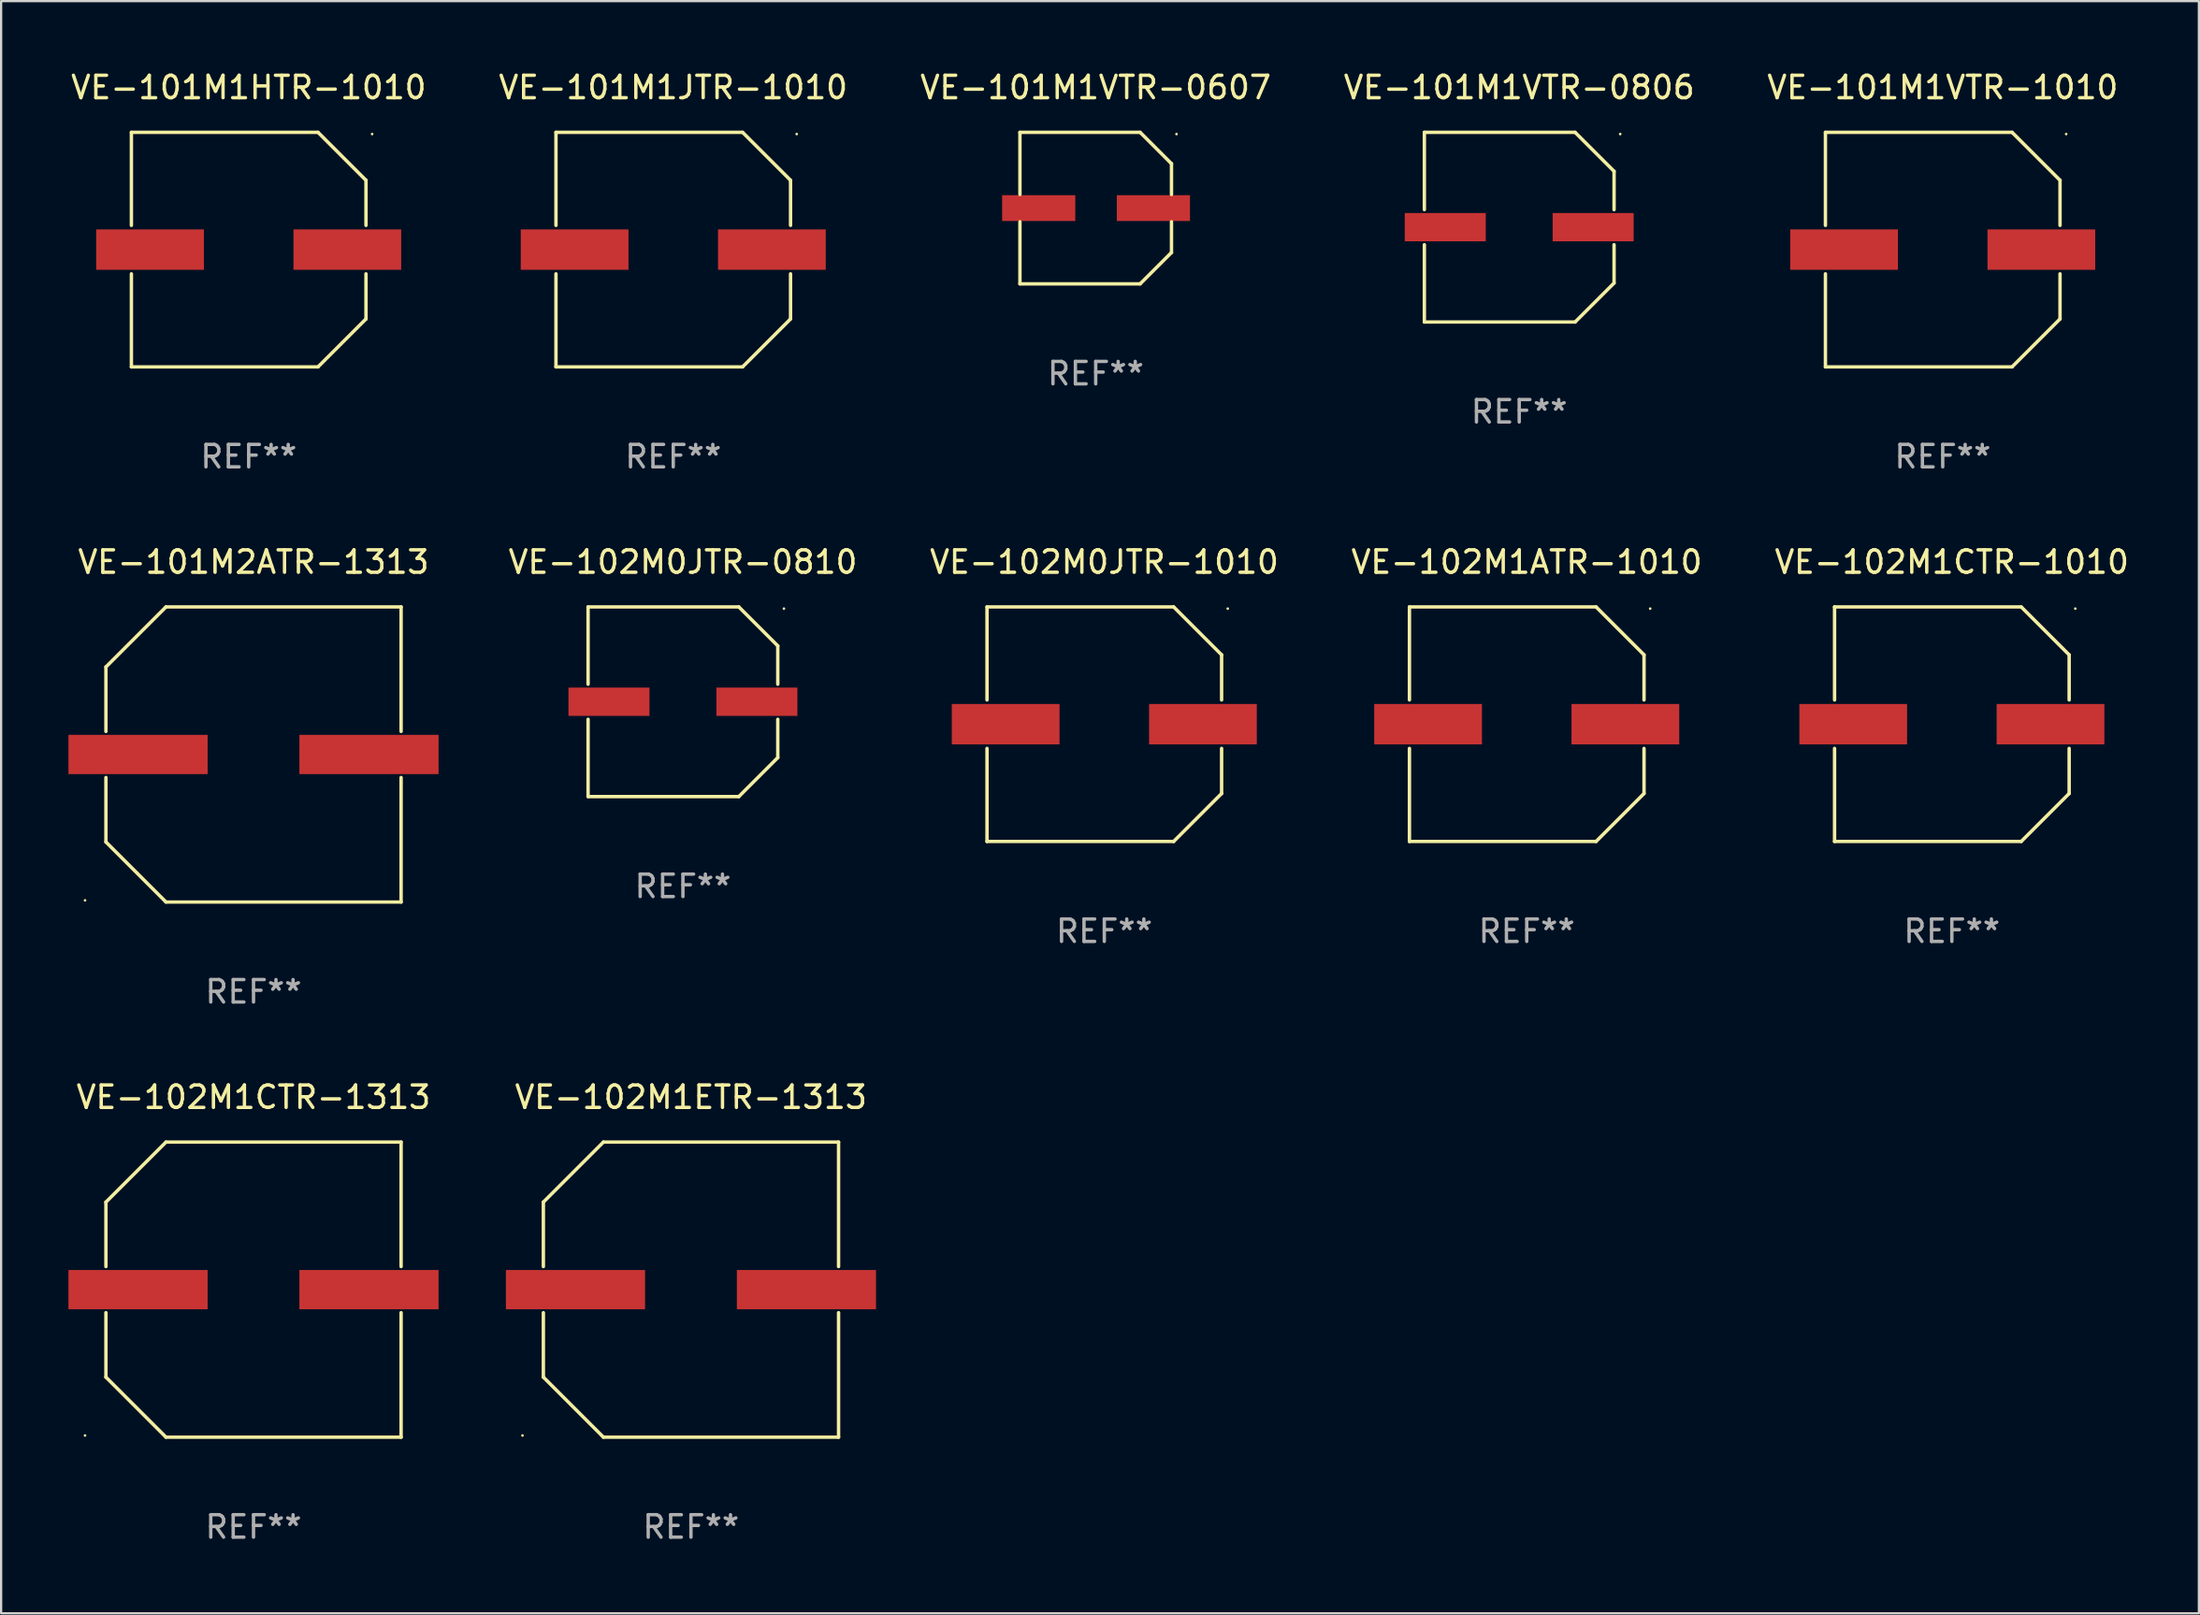
<source format=kicad_pcb>
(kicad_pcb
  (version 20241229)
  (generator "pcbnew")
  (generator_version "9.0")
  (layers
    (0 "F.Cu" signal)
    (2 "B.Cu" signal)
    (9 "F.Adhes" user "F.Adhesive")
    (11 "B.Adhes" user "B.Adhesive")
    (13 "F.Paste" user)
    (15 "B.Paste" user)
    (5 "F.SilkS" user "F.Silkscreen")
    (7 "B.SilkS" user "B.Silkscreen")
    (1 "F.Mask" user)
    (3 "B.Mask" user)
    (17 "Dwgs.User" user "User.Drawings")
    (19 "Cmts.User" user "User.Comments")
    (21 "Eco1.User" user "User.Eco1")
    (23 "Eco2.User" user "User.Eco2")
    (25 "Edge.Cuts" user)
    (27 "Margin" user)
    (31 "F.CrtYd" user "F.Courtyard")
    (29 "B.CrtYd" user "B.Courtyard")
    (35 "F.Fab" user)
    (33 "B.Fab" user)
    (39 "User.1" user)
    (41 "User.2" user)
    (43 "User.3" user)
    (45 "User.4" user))
  (footprint "VE-102M1CTR-1313"
    (layer "F.Cu")
    (at 8.245 54.422)
    (property "Reference" "VE-102M1CTR-1313" (at 0 -8.576 0) (layer "F.SilkS") (effects (font (size 1 1) (thickness 0.15))))
    (attr through_hole)
    (fp_line (start -6.576 -3.9) (end -6.576 -1.027) (stroke (width 0.152) (type solid)) (layer "F.SilkS"))
    (fp_line (start -6.576 3.9) (end -6.576 1.027) (stroke (width 0.152) (type solid)) (layer "F.SilkS"))
    (fp_line (start -3.9 -6.576) (end -6.576 -3.9) (stroke (width 0.152) (type solid)) (layer "F.SilkS"))
    (fp_line (start -3.9 6.576) (end -6.576 3.9) (stroke (width 0.152) (type solid)) (layer "F.SilkS"))
    (fp_line (start 6.576 -6.576) (end -3.9 -6.576) (stroke (width 0.152) (type solid)) (layer "F.SilkS"))
    (fp_line (start 6.576 -1.027) (end 6.576 -6.576) (stroke (width 0.152) (type solid)) (layer "F.SilkS"))
    (fp_line (start 6.576 1.027) (end 6.576 6.576) (stroke (width 0.152) (type solid)) (layer "F.SilkS"))
    (fp_line (start 6.576 6.576) (end -3.9 6.576) (stroke (width 0.152) (type solid)) (layer "F.SilkS"))
    (fp_circle (center -7.506 6.5) (end -7.476 6.5) (stroke (width 0.06) (type solid)) (fill no) (layer "F.SilkS"))
    (fp_text user "REF**" (at 0 10.576 0) (layer "F.Fab") (effects (font (size 1 1) (thickness 0.15))))
    (pad "1" smd rect (at -5.145 0) (size 6.2 1.75) (layers "F.Cu" "F.Mask" "F.Paste"))
    (pad "2" smd rect (at 5.145 0) (size 6.2 1.75) (layers "F.Cu" "F.Mask" "F.Paste")))
  (footprint "VE-102M0JTR-0810"
    (layer "F.Cu")
    (at 27.377 28.223)
    (property "Reference" "VE-102M0JTR-0810" (at 0 -6.226 0) (layer "F.SilkS") (effects (font (size 1 1) (thickness 0.15))))
    (attr through_hole)
    (fp_line (start -4.226 -4.226) (end 2.49 -4.226) (stroke (width 0.152) (type solid)) (layer "F.SilkS"))
    (fp_line (start -4.226 -0.782) (end -4.226 -4.226) (stroke (width 0.152) (type solid)) (layer "F.SilkS"))
    (fp_line (start -4.226 0.782) (end -4.226 4.226) (stroke (width 0.152) (type solid)) (layer "F.SilkS"))
    (fp_line (start -4.226 4.226) (end 2.49 4.226) (stroke (width 0.152) (type solid)) (layer "F.SilkS"))
    (fp_line (start 2.49 -4.226) (end 4.226 -2.49) (stroke (width 0.152) (type solid)) (layer "F.SilkS"))
    (fp_line (start 2.49 4.226) (end 4.226 2.49) (stroke (width 0.152) (type solid)) (layer "F.SilkS"))
    (fp_line (start 4.226 -2.49) (end 4.226 -0.782) (stroke (width 0.152) (type solid)) (layer "F.SilkS"))
    (fp_line (start 4.226 2.49) (end 4.226 0.782) (stroke (width 0.152) (type solid)) (layer "F.SilkS"))
    (fp_circle (center 4.5 -4.15) (end 4.53 -4.15) (stroke (width 0.06) (type solid)) (fill no) (layer "F.SilkS"))
    (fp_text user "REF**" (at 0 8.226 0) (layer "F.Fab") (effects (font (size 1 1) (thickness 0.15))))
    (pad "1" smd rect (at 3.295 0 180) (size 3.61 1.26) (layers "F.Cu" "F.Mask" "F.Paste"))
    (pad "2" smd rect (at -3.295 0 180) (size 3.61 1.26) (layers "F.Cu" "F.Mask" "F.Paste")))
  (footprint "VE-101M1VTR-0607"
    (layer "F.Cu")
    (at 45.768 6.224)
    (property "Reference" "VE-101M1VTR-0607" (at 0 -5.376 0) (layer "F.SilkS") (effects (font (size 1 1) (thickness 0.15))))
    (attr through_hole)
    (fp_line (start -3.376 -3.376) (end 1.98 -3.376) (stroke (width 0.152) (type solid)) (layer "F.SilkS"))
    (fp_line (start -3.376 -0.607) (end -3.376 -3.376) (stroke (width 0.152) (type solid)) (layer "F.SilkS"))
    (fp_line (start -3.376 0.607) (end -3.376 3.376) (stroke (width 0.152) (type solid)) (layer "F.SilkS"))
    (fp_line (start -3.376 3.376) (end 1.98 3.376) (stroke (width 0.152) (type solid)) (layer "F.SilkS"))
    (fp_line (start 1.98 -3.376) (end 3.376 -1.98) (stroke (width 0.152) (type solid)) (layer "F.SilkS"))
    (fp_line (start 1.98 3.376) (end 3.376 1.98) (stroke (width 0.152) (type solid)) (layer "F.SilkS"))
    (fp_line (start 3.376 -1.98) (end 3.376 -0.607) (stroke (width 0.152) (type solid)) (layer "F.SilkS"))
    (fp_line (start 3.376 1.98) (end 3.376 0.607) (stroke (width 0.152) (type solid)) (layer "F.SilkS"))
    (fp_circle (center 3.6 -3.3) (end 3.63 -3.3) (stroke (width 0.06) (type solid)) (fill no) (layer "F.SilkS"))
    (fp_text user "REF**" (at 0 7.376 0) (layer "F.Fab") (effects (font (size 1 1) (thickness 0.15))))
    (pad "1" smd rect (at 2.57 0 180) (size 3.26 1.15) (layers "F.Cu" "F.Mask" "F.Paste"))
    (pad "2" smd rect (at -2.54 0 180) (size 3.26 1.15) (layers "F.Cu" "F.Mask" "F.Paste")))
  (footprint "VE-102M1ATR-1010"
    (layer "F.Cu")
    (at 64.972 29.223)
    (property "Reference" "VE-102M1ATR-1010" (at 0 -7.226 0) (layer "F.SilkS") (effects (font (size 1 1) (thickness 0.15))))
    (attr through_hole)
    (fp_line (start -5.226 -5.226) (end -5.226 -1.08) (stroke (width 0.152) (type solid)) (layer "F.SilkS"))
    (fp_line (start -5.226 -5.226) (end 3.09 -5.226) (stroke (width 0.152) (type solid)) (layer "F.SilkS"))
    (fp_line (start -5.226 1.08) (end -5.226 5.226) (stroke (width 0.152) (type solid)) (layer "F.SilkS"))
    (fp_line (start -5.226 5.226) (end 3.09 5.226) (stroke (width 0.152) (type solid)) (layer "F.SilkS"))
    (fp_line (start 3.09 -5.226) (end 5.226 -3.09) (stroke (width 0.152) (type solid)) (layer "F.SilkS"))
    (fp_line (start 3.09 5.226) (end 5.226 3.09) (stroke (width 0.152) (type solid)) (layer "F.SilkS"))
    (fp_line (start 5.226 -1.08) (end 5.226 -3.09) (stroke (width 0.152) (type solid)) (layer "F.SilkS"))
    (fp_line (start 5.226 3.09) (end 5.226 1.08) (stroke (width 0.152) (type solid)) (layer "F.SilkS"))
    (fp_circle (center 5.5 -5.15) (end 5.53 -5.15) (stroke (width 0.06) (type solid)) (fill no) (layer "F.SilkS"))
    (fp_text user "REF**" (at 0 9.226 0) (layer "F.Fab") (effects (font (size 1 1) (thickness 0.15))))
    (pad "1" smd rect (at 4.395 0 180) (size 4.8 1.8) (layers "F.Cu" "F.Mask" "F.Paste"))
    (pad "2" smd rect (at -4.395 0 180) (size 4.8 1.8) (layers "F.Cu" "F.Mask" "F.Paste")))
  (footprint "VE-101M1HTR-1010"
    (layer "F.Cu")
    (at 8.03 8.074)
    (property "Reference" "VE-101M1HTR-1010" (at 0 -7.226 0) (layer "F.SilkS") (effects (font (size 1 1) (thickness 0.15))))
    (attr through_hole)
    (fp_line (start -5.226 -5.226) (end -5.226 -1.08) (stroke (width 0.152) (type solid)) (layer "F.SilkS"))
    (fp_line (start -5.226 -5.226) (end 3.09 -5.226) (stroke (width 0.152) (type solid)) (layer "F.SilkS"))
    (fp_line (start -5.226 1.08) (end -5.226 5.226) (stroke (width 0.152) (type solid)) (layer "F.SilkS"))
    (fp_line (start -5.226 5.226) (end 3.09 5.226) (stroke (width 0.152) (type solid)) (layer "F.SilkS"))
    (fp_line (start 3.09 -5.226) (end 5.226 -3.09) (stroke (width 0.152) (type solid)) (layer "F.SilkS"))
    (fp_line (start 3.09 5.226) (end 5.226 3.09) (stroke (width 0.152) (type solid)) (layer "F.SilkS"))
    (fp_line (start 5.226 -1.08) (end 5.226 -3.09) (stroke (width 0.152) (type solid)) (layer "F.SilkS"))
    (fp_line (start 5.226 3.09) (end 5.226 1.08) (stroke (width 0.152) (type solid)) (layer "F.SilkS"))
    (fp_circle (center 5.5 -5.15) (end 5.53 -5.15) (stroke (width 0.06) (type solid)) (fill no) (layer "F.SilkS"))
    (fp_text user "REF**" (at 0 9.226 0) (layer "F.Fab") (effects (font (size 1 1) (thickness 0.15))))
    (pad "1" smd rect (at 4.395 0 180) (size 4.8 1.8) (layers "F.Cu" "F.Mask" "F.Paste"))
    (pad "2" smd rect (at -4.395 0 180) (size 4.8 1.8) (layers "F.Cu" "F.Mask" "F.Paste")))
  (footprint "VE-101M1VTR-1010"
    (layer "F.Cu")
    (at 83.506 8.074)
    (property "Reference" "VE-101M1VTR-1010" (at 0 -7.226 0) (layer "F.SilkS") (effects (font (size 1 1) (thickness 0.15))))
    (attr through_hole)
    (fp_line (start -5.226 -5.226) (end -5.226 -1.08) (stroke (width 0.152) (type solid)) (layer "F.SilkS"))
    (fp_line (start -5.226 -5.226) (end 3.09 -5.226) (stroke (width 0.152) (type solid)) (layer "F.SilkS"))
    (fp_line (start -5.226 1.08) (end -5.226 5.226) (stroke (width 0.152) (type solid)) (layer "F.SilkS"))
    (fp_line (start -5.226 5.226) (end 3.09 5.226) (stroke (width 0.152) (type solid)) (layer "F.SilkS"))
    (fp_line (start 3.09 -5.226) (end 5.226 -3.09) (stroke (width 0.152) (type solid)) (layer "F.SilkS"))
    (fp_line (start 3.09 5.226) (end 5.226 3.09) (stroke (width 0.152) (type solid)) (layer "F.SilkS"))
    (fp_line (start 5.226 -1.08) (end 5.226 -3.09) (stroke (width 0.152) (type solid)) (layer "F.SilkS"))
    (fp_line (start 5.226 3.09) (end 5.226 1.08) (stroke (width 0.152) (type solid)) (layer "F.SilkS"))
    (fp_circle (center 5.5 -5.15) (end 5.53 -5.15) (stroke (width 0.06) (type solid)) (fill no) (layer "F.SilkS"))
    (fp_text user "REF**" (at 0 9.226 0) (layer "F.Fab") (effects (font (size 1 1) (thickness 0.15))))
    (pad "1" smd rect (at 4.395 0 180) (size 4.8 1.8) (layers "F.Cu" "F.Mask" "F.Paste"))
    (pad "2" smd rect (at -4.395 0 180) (size 4.8 1.8) (layers "F.Cu" "F.Mask" "F.Paste")))
  (footprint "VE-102M1CTR-1010"
    (layer "F.Cu")
    (at 83.913 29.223)
    (property "Reference" "VE-102M1CTR-1010" (at 0 -7.226 0) (layer "F.SilkS") (effects (font (size 1 1) (thickness 0.15))))
    (attr through_hole)
    (fp_line (start -5.226 -5.226) (end -5.226 -1.08) (stroke (width 0.152) (type solid)) (layer "F.SilkS"))
    (fp_line (start -5.226 -5.226) (end 3.09 -5.226) (stroke (width 0.152) (type solid)) (layer "F.SilkS"))
    (fp_line (start -5.226 1.08) (end -5.226 5.226) (stroke (width 0.152) (type solid)) (layer "F.SilkS"))
    (fp_line (start -5.226 5.226) (end 3.09 5.226) (stroke (width 0.152) (type solid)) (layer "F.SilkS"))
    (fp_line (start 3.09 -5.226) (end 5.226 -3.09) (stroke (width 0.152) (type solid)) (layer "F.SilkS"))
    (fp_line (start 3.09 5.226) (end 5.226 3.09) (stroke (width 0.152) (type solid)) (layer "F.SilkS"))
    (fp_line (start 5.226 -1.08) (end 5.226 -3.09) (stroke (width 0.152) (type solid)) (layer "F.SilkS"))
    (fp_line (start 5.226 3.09) (end 5.226 1.08) (stroke (width 0.152) (type solid)) (layer "F.SilkS"))
    (fp_circle (center 5.5 -5.15) (end 5.53 -5.15) (stroke (width 0.06) (type solid)) (fill no) (layer "F.SilkS"))
    (fp_text user "REF**" (at 0 9.226 0) (layer "F.Fab") (effects (font (size 1 1) (thickness 0.15))))
    (pad "1" smd rect (at 4.395 0 180) (size 4.8 1.8) (layers "F.Cu" "F.Mask" "F.Paste"))
    (pad "2" smd rect (at -4.395 0 180) (size 4.8 1.8) (layers "F.Cu" "F.Mask" "F.Paste")))
  (footprint "VE-102M1ETR-1313"
    (layer "F.Cu")
    (at 27.735 54.422)
    (property "Reference" "VE-102M1ETR-1313" (at 0 -8.576 0) (layer "F.SilkS") (effects (font (size 1 1) (thickness 0.15))))
    (attr through_hole)
    (fp_line (start -6.576 -3.9) (end -6.576 -1.027) (stroke (width 0.152) (type solid)) (layer "F.SilkS"))
    (fp_line (start -6.576 3.9) (end -6.576 1.027) (stroke (width 0.152) (type solid)) (layer "F.SilkS"))
    (fp_line (start -3.9 -6.576) (end -6.576 -3.9) (stroke (width 0.152) (type solid)) (layer "F.SilkS"))
    (fp_line (start -3.9 6.576) (end -6.576 3.9) (stroke (width 0.152) (type solid)) (layer "F.SilkS"))
    (fp_line (start 6.576 -6.576) (end -3.9 -6.576) (stroke (width 0.152) (type solid)) (layer "F.SilkS"))
    (fp_line (start 6.576 -1.027) (end 6.576 -6.576) (stroke (width 0.152) (type solid)) (layer "F.SilkS"))
    (fp_line (start 6.576 1.027) (end 6.576 6.576) (stroke (width 0.152) (type solid)) (layer "F.SilkS"))
    (fp_line (start 6.576 6.576) (end -3.9 6.576) (stroke (width 0.152) (type solid)) (layer "F.SilkS"))
    (fp_circle (center -7.506 6.5) (end -7.476 6.5) (stroke (width 0.06) (type solid)) (fill no) (layer "F.SilkS"))
    (fp_text user "REF**" (at 0 10.576 0) (layer "F.Fab") (effects (font (size 1 1) (thickness 0.15))))
    (pad "1" smd rect (at -5.145 0) (size 6.2 1.75) (layers "F.Cu" "F.Mask" "F.Paste"))
    (pad "2" smd rect (at 5.145 0) (size 6.2 1.75) (layers "F.Cu" "F.Mask" "F.Paste")))
  (footprint "VE-102M0JTR-1010"
    (layer "F.Cu")
    (at 46.151 29.223)
    (property "Reference" "VE-102M0JTR-1010" (at 0 -7.226 0) (layer "F.SilkS") (effects (font (size 1 1) (thickness 0.15))))
    (attr through_hole)
    (fp_line (start -5.226 -5.226) (end -5.226 -1.08) (stroke (width 0.152) (type solid)) (layer "F.SilkS"))
    (fp_line (start -5.226 -5.226) (end 3.09 -5.226) (stroke (width 0.152) (type solid)) (layer "F.SilkS"))
    (fp_line (start -5.226 1.08) (end -5.226 5.226) (stroke (width 0.152) (type solid)) (layer "F.SilkS"))
    (fp_line (start -5.226 5.226) (end 3.09 5.226) (stroke (width 0.152) (type solid)) (layer "F.SilkS"))
    (fp_line (start 3.09 -5.226) (end 5.226 -3.09) (stroke (width 0.152) (type solid)) (layer "F.SilkS"))
    (fp_line (start 3.09 5.226) (end 5.226 3.09) (stroke (width 0.152) (type solid)) (layer "F.SilkS"))
    (fp_line (start 5.226 -1.08) (end 5.226 -3.09) (stroke (width 0.152) (type solid)) (layer "F.SilkS"))
    (fp_line (start 5.226 3.09) (end 5.226 1.08) (stroke (width 0.152) (type solid)) (layer "F.SilkS"))
    (fp_circle (center 5.5 -5.15) (end 5.53 -5.15) (stroke (width 0.06) (type solid)) (fill no) (layer "F.SilkS"))
    (fp_text user "REF**" (at 0 9.226 0) (layer "F.Fab") (effects (font (size 1 1) (thickness 0.15))))
    (pad "1" smd rect (at 4.395 0 180) (size 4.8 1.8) (layers "F.Cu" "F.Mask" "F.Paste"))
    (pad "2" smd rect (at -4.395 0 180) (size 4.8 1.8) (layers "F.Cu" "F.Mask" "F.Paste")))
  (footprint "VE-101M1JTR-1010"
    (layer "F.Cu")
    (at 26.946 8.074)
    (property "Reference" "VE-101M1JTR-1010" (at 0 -7.226 0) (layer "F.SilkS") (effects (font (size 1 1) (thickness 0.15))))
    (attr through_hole)
    (fp_line (start -5.226 -5.226) (end -5.226 -1.08) (stroke (width 0.152) (type solid)) (layer "F.SilkS"))
    (fp_line (start -5.226 -5.226) (end 3.09 -5.226) (stroke (width 0.152) (type solid)) (layer "F.SilkS"))
    (fp_line (start -5.226 1.08) (end -5.226 5.226) (stroke (width 0.152) (type solid)) (layer "F.SilkS"))
    (fp_line (start -5.226 5.226) (end 3.09 5.226) (stroke (width 0.152) (type solid)) (layer "F.SilkS"))
    (fp_line (start 3.09 -5.226) (end 5.226 -3.09) (stroke (width 0.152) (type solid)) (layer "F.SilkS"))
    (fp_line (start 3.09 5.226) (end 5.226 3.09) (stroke (width 0.152) (type solid)) (layer "F.SilkS"))
    (fp_line (start 5.226 -1.08) (end 5.226 -3.09) (stroke (width 0.152) (type solid)) (layer "F.SilkS"))
    (fp_line (start 5.226 3.09) (end 5.226 1.08) (stroke (width 0.152) (type solid)) (layer "F.SilkS"))
    (fp_circle (center 5.5 -5.15) (end 5.53 -5.15) (stroke (width 0.06) (type solid)) (fill no) (layer "F.SilkS"))
    (fp_text user "REF**" (at 0 9.226 0) (layer "F.Fab") (effects (font (size 1 1) (thickness 0.15))))
    (pad "1" smd rect (at 4.395 0 180) (size 4.8 1.8) (layers "F.Cu" "F.Mask" "F.Paste"))
    (pad "2" smd rect (at -4.395 0 180) (size 4.8 1.8) (layers "F.Cu" "F.Mask" "F.Paste")))
  (footprint "VE-101M1VTR-0806"
    (layer "F.Cu")
    (at 64.637 7.074)
    (property "Reference" "VE-101M1VTR-0806" (at 0 -6.226 0) (layer "F.SilkS") (effects (font (size 1 1) (thickness 0.15))))
    (attr through_hole)
    (fp_line (start -4.226 -4.226) (end 2.49 -4.226) (stroke (width 0.152) (type solid)) (layer "F.SilkS"))
    (fp_line (start -4.226 -0.782) (end -4.226 -4.226) (stroke (width 0.152) (type solid)) (layer "F.SilkS"))
    (fp_line (start -4.226 0.782) (end -4.226 4.226) (stroke (width 0.152) (type solid)) (layer "F.SilkS"))
    (fp_line (start -4.226 4.226) (end 2.49 4.226) (stroke (width 0.152) (type solid)) (layer "F.SilkS"))
    (fp_line (start 2.49 -4.226) (end 4.226 -2.49) (stroke (width 0.152) (type solid)) (layer "F.SilkS"))
    (fp_line (start 2.49 4.226) (end 4.226 2.49) (stroke (width 0.152) (type solid)) (layer "F.SilkS"))
    (fp_line (start 4.226 -2.49) (end 4.226 -0.782) (stroke (width 0.152) (type solid)) (layer "F.SilkS"))
    (fp_line (start 4.226 2.49) (end 4.226 0.782) (stroke (width 0.152) (type solid)) (layer "F.SilkS"))
    (fp_circle (center 4.5 -4.15) (end 4.53 -4.15) (stroke (width 0.06) (type solid)) (fill no) (layer "F.SilkS"))
    (fp_text user "REF**" (at 0 8.226 0) (layer "F.Fab") (effects (font (size 1 1) (thickness 0.15))))
    (pad "1" smd rect (at 3.295 0 180) (size 3.61 1.26) (layers "F.Cu" "F.Mask" "F.Paste"))
    (pad "2" smd rect (at -3.295 0 180) (size 3.61 1.26) (layers "F.Cu" "F.Mask" "F.Paste")))
  (footprint "VE-101M2ATR-1313"
    (layer "F.Cu")
    (at 8.245 30.573)
    (property "Reference" "VE-101M2ATR-1313" (at 0 -8.576 0) (layer "F.SilkS") (effects (font (size 1 1) (thickness 0.15))))
    (attr through_hole)
    (fp_line (start -6.576 -3.9) (end -6.576 -1.027) (stroke (width 0.152) (type solid)) (layer "F.SilkS"))
    (fp_line (start -6.576 3.9) (end -6.576 1.027) (stroke (width 0.152) (type solid)) (layer "F.SilkS"))
    (fp_line (start -3.9 -6.576) (end -6.576 -3.9) (stroke (width 0.152) (type solid)) (layer "F.SilkS"))
    (fp_line (start -3.9 6.576) (end -6.576 3.9) (stroke (width 0.152) (type solid)) (layer "F.SilkS"))
    (fp_line (start 6.576 -6.576) (end -3.9 -6.576) (stroke (width 0.152) (type solid)) (layer "F.SilkS"))
    (fp_line (start 6.576 -1.027) (end 6.576 -6.576) (stroke (width 0.152) (type solid)) (layer "F.SilkS"))
    (fp_line (start 6.576 1.027) (end 6.576 6.576) (stroke (width 0.152) (type solid)) (layer "F.SilkS"))
    (fp_line (start 6.576 6.576) (end -3.9 6.576) (stroke (width 0.152) (type solid)) (layer "F.SilkS"))
    (fp_circle (center -7.506 6.5) (end -7.476 6.5) (stroke (width 0.06) (type solid)) (fill no) (layer "F.SilkS"))
    (fp_text user "REF**" (at 0 10.576 0) (layer "F.Fab") (effects (font (size 1 1) (thickness 0.15))))
    (pad "1" smd rect (at -5.145 0) (size 6.2 1.75) (layers "F.Cu" "F.Mask" "F.Paste"))
    (pad "2" smd rect (at 5.145 0) (size 6.2 1.75) (layers "F.Cu" "F.Mask" "F.Paste")))
  (gr_rect
    (start -3 -3)
    (end 94.919 68.847)
    (stroke (width 0.1) (type default))
    (fill no)
    (layer "Edge.Cuts")))
</source>
